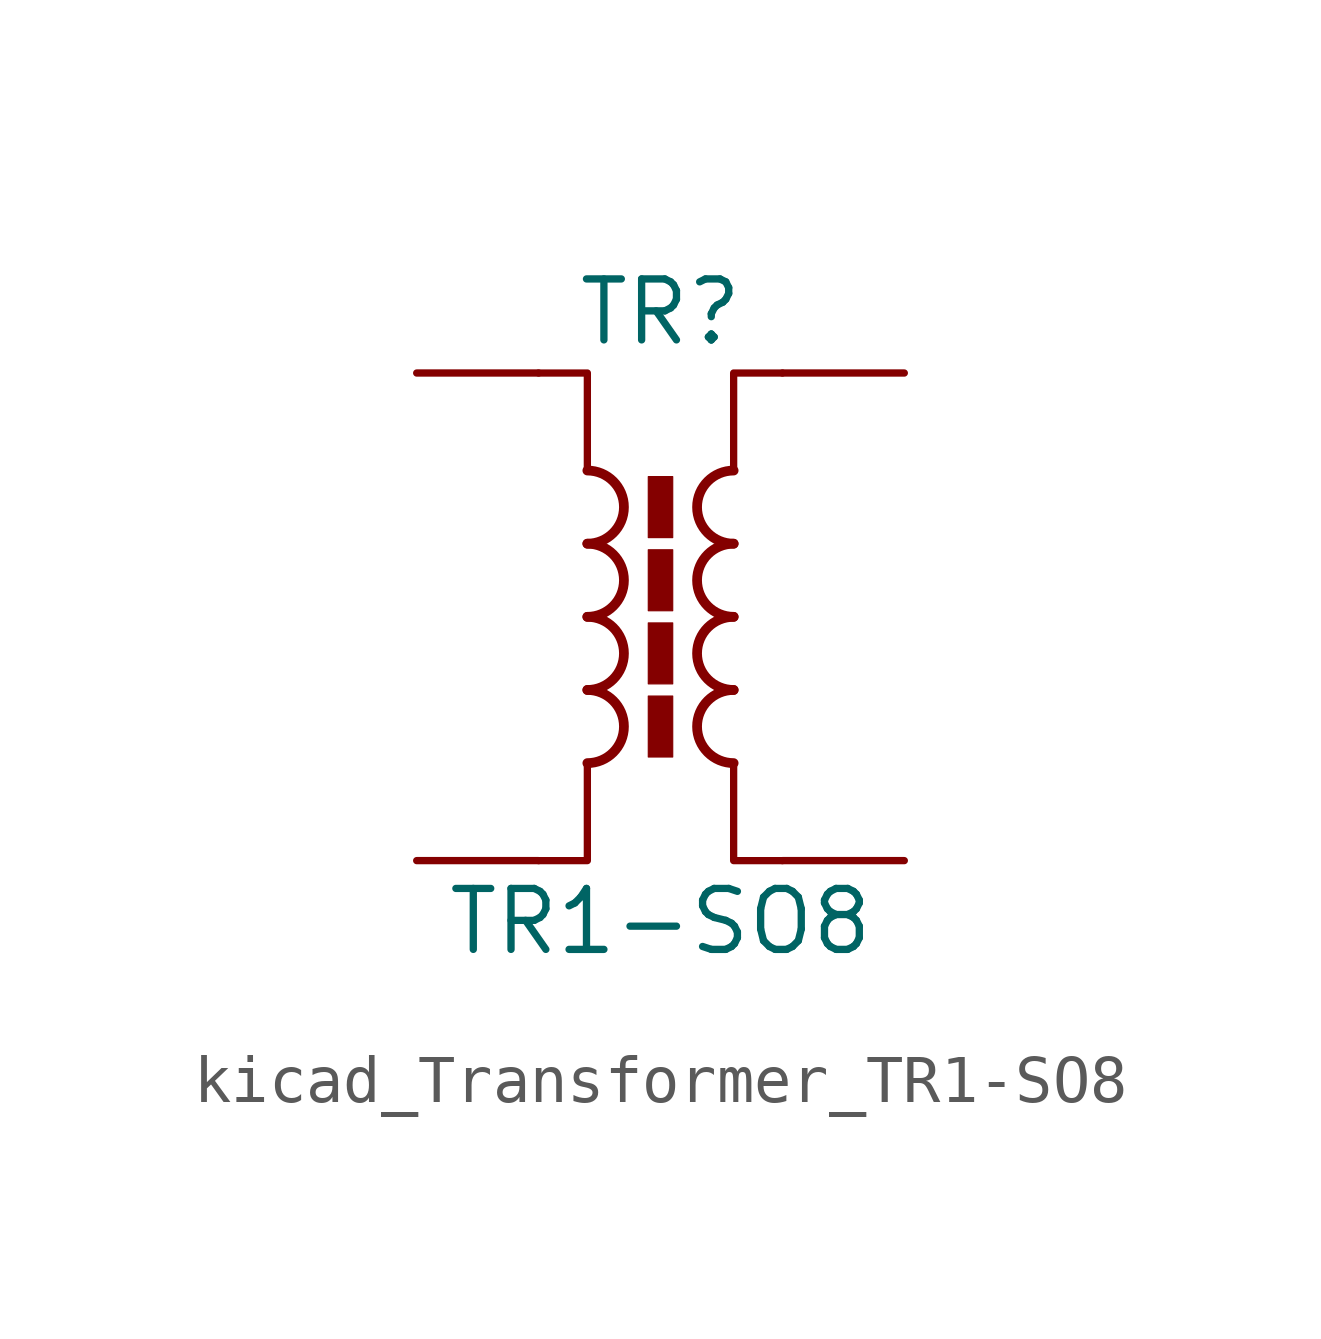
<source format=kicad_sym>
(kicad_symbol_lib
  (version 20220914)
  (generator kicad_symbol_editor)
  (symbol "kicad_Transformer_TR1-SO8"
    (pin_numbers hide)
    (pin_names
      (offset 0))
    (property "Reference" "TR"
      (at 0 6.35 0)
      (effects (font (size 1.27 1.27))))
    (property "Value" "TR1-SO8"
      (at 0 -6.35 0)
      (effects (font (size 1.27 1.27))))
    (symbol "kicad_Transformer_TR1-SO8_0_1"
      (arc (start -1.524 -3.048) (mid -0.7653 -2.286) (end -1.524 -1.524) (stroke (width 0.2032) (type default)) (fill (type none)))
      (arc (start -1.524 -1.524) (mid -0.7653 -0.762) (end -1.524 0) (stroke (width 0.2032) (type default)) (fill (type none)))
      (arc (start -1.524 0) (mid -0.7653 0.762) (end -1.524 1.524) (stroke (width 0.2032) (type default)) (fill (type none)))
      (arc (start -1.524 1.524) (mid -0.7653 2.286) (end -1.524 3.048) (stroke (width 0.2032) (type default)) (fill (type none)))
      (rectangle (start -0.254 -1.651) (end 0.254 -2.921) (stroke (width 0.025) (type default)) (fill (type outline)))
      (rectangle (start -0.254 -0.127) (end 0.254 -1.397) (stroke (width 0.025) (type default)) (fill (type outline)))
      (rectangle (start -0.254 1.397) (end 0.254 0.127) (stroke (width 0.025) (type default)) (fill (type outline)))
      (rectangle (start -0.254 2.921) (end 0.254 1.651) (stroke (width 0.025) (type default)) (fill (type outline)))
      (polyline (pts (xy -2.54 5.08) (xy -1.524 5.08) (xy -1.524 3.048) (xy -1.524 3.048)) (stroke (width 0.152) (type default)) (fill (type none)))
      (polyline (pts (xy -1.524 -3.048) (xy -1.524 -5.08) (xy -2.54 -5.08) (xy -2.54 -5.08)) (stroke (width 0.152) (type default)) (fill (type none)))
      (polyline (pts (xy 1.524 3.048) (xy 1.524 5.08) (xy 2.54 5.08) (xy 2.54 5.08)) (stroke (width 0.152) (type default)) (fill (type none)))
      (polyline (pts (xy 2.54 -5.08) (xy 1.524 -5.08) (xy 1.524 -3.048) (xy 1.524 -3.048)) (stroke (width 0.152) (type default)) (fill (type none)))
      (arc (start 1.524 -1.524) (mid 0.7653 -2.286) (end 1.524 -3.048) (stroke (width 0.2032) (type default)) (fill (type none)))
      (arc (start 1.524 0) (mid 0.7653 -0.762) (end 1.524 -1.524) (stroke (width 0.2032) (type default)) (fill (type none)))
      (arc (start 1.524 1.524) (mid 0.7653 0.762) (end 1.524 0) (stroke (width 0.2032) (type default)) (fill (type none)))
      (arc (start 1.524 3.048) (mid 0.7653 2.286) (end 1.524 1.524) (stroke (width 0.2032) (type default)) (fill (type none))))
    (symbol "kicad_Transformer_TR1-SO8_1_1"
      (pin passive line (at -5.08 5.08 0) (length 2.54) (name "~" (effects (font (size 1.27 1.27)))) (number "1" (effects (font (size 1.27 1.27)))))
      (pin passive line (at -5.08 -5.08 0) (length 2.54) (name "~" (effects (font (size 1.27 1.27)))) (number "4" (effects (font (size 1.27 1.27)))))
      (pin passive line (at 5.08 -5.08 180) (length 2.54) (name "~" (effects (font (size 1.27 1.27)))) (number "5" (effects (font (size 1.27 1.27)))))
      (pin passive line (at 5.08 5.08 180) (length 2.54) (name "~" (effects (font (size 1.27 1.27)))) (number "8" (effects (font (size 1.27 1.27))))))))
</source>
